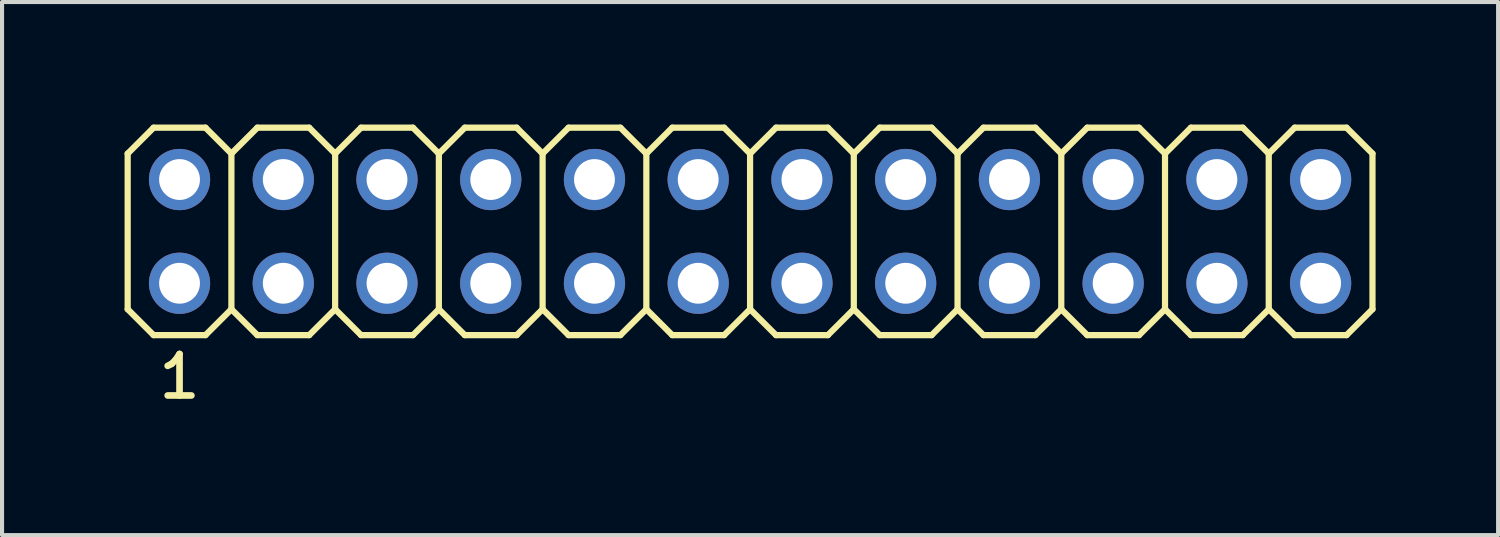
<source format=kicad_pcb>
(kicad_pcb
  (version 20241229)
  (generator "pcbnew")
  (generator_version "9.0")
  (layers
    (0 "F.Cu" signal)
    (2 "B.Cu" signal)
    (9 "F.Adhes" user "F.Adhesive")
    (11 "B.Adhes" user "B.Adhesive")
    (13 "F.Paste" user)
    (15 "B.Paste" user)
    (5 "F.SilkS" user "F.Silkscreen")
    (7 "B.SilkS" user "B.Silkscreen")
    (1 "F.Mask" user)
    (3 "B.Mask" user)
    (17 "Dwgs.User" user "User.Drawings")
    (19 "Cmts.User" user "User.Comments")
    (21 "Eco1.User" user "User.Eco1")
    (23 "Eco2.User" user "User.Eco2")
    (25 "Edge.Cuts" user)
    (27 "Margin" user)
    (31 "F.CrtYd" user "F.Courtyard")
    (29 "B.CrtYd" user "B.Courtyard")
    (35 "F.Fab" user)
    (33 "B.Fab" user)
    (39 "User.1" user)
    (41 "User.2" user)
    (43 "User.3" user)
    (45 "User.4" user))
  (footprint "2X12"
    (layer "F.Cu")
    (at 1.346 3.886)
    (property "Reference" "2X12" (at -0.127 -1.27 90) (layer "Eco1.User") (effects (font (size 0.6 0.6) (thickness 0.1))))
    (attr through_hole)
    (fp_line (start -1.27 -3.175) (end -0.635 -3.81) (stroke (width 0.152) (type solid)) (layer "F.SilkS"))
    (fp_line (start -1.27 0.635) (end -1.27 -3.175) (stroke (width 0.152) (type solid)) (layer "F.SilkS"))
    (fp_line (start -1.27 0.635) (end -0.635 1.27) (stroke (width 0.152) (type solid)) (layer "F.SilkS"))
    (fp_line (start -0.635 -3.81) (end 0.635 -3.81) (stroke (width 0.152) (type solid)) (layer "F.SilkS"))
    (fp_line (start -0.635 1.27) (end 0.635 1.27) (stroke (width 0.152) (type solid)) (layer "F.SilkS"))
    (fp_line (start 0.635 -3.81) (end 1.27 -3.175) (stroke (width 0.152) (type solid)) (layer "F.SilkS"))
    (fp_line (start 0.635 1.27) (end 1.27 0.635) (stroke (width 0.152) (type solid)) (layer "F.SilkS"))
    (fp_line (start 1.27 -3.175) (end 1.27 0.635) (stroke (width 0.152) (type solid)) (layer "F.SilkS"))
    (fp_line (start 1.27 -3.175) (end 1.905 -3.81) (stroke (width 0.152) (type solid)) (layer "F.SilkS"))
    (fp_line (start 1.27 0.635) (end 1.905 1.27) (stroke (width 0.152) (type solid)) (layer "F.SilkS"))
    (fp_line (start 1.905 -3.81) (end 3.175 -3.81) (stroke (width 0.152) (type solid)) (layer "F.SilkS"))
    (fp_line (start 1.905 1.27) (end 3.175 1.27) (stroke (width 0.152) (type solid)) (layer "F.SilkS"))
    (fp_line (start 3.175 -3.81) (end 3.81 -3.175) (stroke (width 0.152) (type solid)) (layer "F.SilkS"))
    (fp_line (start 3.175 1.27) (end 3.81 0.635) (stroke (width 0.152) (type solid)) (layer "F.SilkS"))
    (fp_line (start 3.81 -3.175) (end 3.81 0.635) (stroke (width 0.152) (type solid)) (layer "F.SilkS"))
    (fp_line (start 3.81 -3.175) (end 4.445 -3.81) (stroke (width 0.152) (type solid)) (layer "F.SilkS"))
    (fp_line (start 3.81 0.635) (end 4.445 1.27) (stroke (width 0.152) (type solid)) (layer "F.SilkS"))
    (fp_line (start 4.445 -3.81) (end 5.715 -3.81) (stroke (width 0.152) (type solid)) (layer "F.SilkS"))
    (fp_line (start 4.445 1.27) (end 5.715 1.27) (stroke (width 0.152) (type solid)) (layer "F.SilkS"))
    (fp_line (start 5.715 -3.81) (end 6.35 -3.175) (stroke (width 0.152) (type solid)) (layer "F.SilkS"))
    (fp_line (start 5.715 1.27) (end 6.35 0.635) (stroke (width 0.152) (type solid)) (layer "F.SilkS"))
    (fp_line (start 6.35 -3.175) (end 6.35 0.635) (stroke (width 0.152) (type solid)) (layer "F.SilkS"))
    (fp_line (start 6.35 -3.175) (end 6.985 -3.81) (stroke (width 0.152) (type solid)) (layer "F.SilkS"))
    (fp_line (start 6.35 0.635) (end 6.985 1.27) (stroke (width 0.152) (type solid)) (layer "F.SilkS"))
    (fp_line (start 6.985 -3.81) (end 8.255 -3.81) (stroke (width 0.152) (type solid)) (layer "F.SilkS"))
    (fp_line (start 6.985 1.27) (end 8.255 1.27) (stroke (width 0.152) (type solid)) (layer "F.SilkS"))
    (fp_line (start 8.255 -3.81) (end 8.89 -3.175) (stroke (width 0.152) (type solid)) (layer "F.SilkS"))
    (fp_line (start 8.255 1.27) (end 8.89 0.635) (stroke (width 0.152) (type solid)) (layer "F.SilkS"))
    (fp_line (start 8.89 -3.175) (end 8.89 0.635) (stroke (width 0.152) (type solid)) (layer "F.SilkS"))
    (fp_line (start 8.89 -3.175) (end 9.525 -3.81) (stroke (width 0.152) (type solid)) (layer "F.SilkS"))
    (fp_line (start 8.89 0.635) (end 9.525 1.27) (stroke (width 0.152) (type solid)) (layer "F.SilkS"))
    (fp_line (start 9.525 -3.81) (end 10.795 -3.81) (stroke (width 0.152) (type solid)) (layer "F.SilkS"))
    (fp_line (start 9.525 1.27) (end 10.795 1.27) (stroke (width 0.152) (type solid)) (layer "F.SilkS"))
    (fp_line (start 10.795 -3.81) (end 11.43 -3.175) (stroke (width 0.152) (type solid)) (layer "F.SilkS"))
    (fp_line (start 10.795 1.27) (end 11.43 0.635) (stroke (width 0.152) (type solid)) (layer "F.SilkS"))
    (fp_line (start 11.43 -3.175) (end 11.43 0.635) (stroke (width 0.152) (type solid)) (layer "F.SilkS"))
    (fp_line (start 11.43 -3.175) (end 12.065 -3.81) (stroke (width 0.152) (type solid)) (layer "F.SilkS"))
    (fp_line (start 11.43 0.635) (end 12.065 1.27) (stroke (width 0.152) (type solid)) (layer "F.SilkS"))
    (fp_line (start 12.065 -3.81) (end 13.335 -3.81) (stroke (width 0.152) (type solid)) (layer "F.SilkS"))
    (fp_line (start 12.065 1.27) (end 13.335 1.27) (stroke (width 0.152) (type solid)) (layer "F.SilkS"))
    (fp_line (start 13.335 -3.81) (end 13.97 -3.175) (stroke (width 0.152) (type solid)) (layer "F.SilkS"))
    (fp_line (start 13.335 1.27) (end 13.97 0.635) (stroke (width 0.152) (type solid)) (layer "F.SilkS"))
    (fp_line (start 13.97 -3.175) (end 13.97 0.635) (stroke (width 0.152) (type solid)) (layer "F.SilkS"))
    (fp_line (start 13.97 -3.175) (end 14.605 -3.81) (stroke (width 0.152) (type solid)) (layer "F.SilkS"))
    (fp_line (start 13.97 0.635) (end 14.605 1.27) (stroke (width 0.152) (type solid)) (layer "F.SilkS"))
    (fp_line (start 14.605 -3.81) (end 15.875 -3.81) (stroke (width 0.152) (type solid)) (layer "F.SilkS"))
    (fp_line (start 14.605 1.27) (end 15.875 1.27) (stroke (width 0.152) (type solid)) (layer "F.SilkS"))
    (fp_line (start 15.875 -3.81) (end 16.51 -3.175) (stroke (width 0.152) (type solid)) (layer "F.SilkS"))
    (fp_line (start 16.51 -3.175) (end 16.51 0.635) (stroke (width 0.152) (type solid)) (layer "F.SilkS"))
    (fp_line (start 16.51 -3.175) (end 17.145 -3.81) (stroke (width 0.152) (type solid)) (layer "F.SilkS"))
    (fp_line (start 16.51 0.635) (end 15.875 1.27) (stroke (width 0.152) (type solid)) (layer "F.SilkS"))
    (fp_line (start 16.51 0.635) (end 17.145 1.27) (stroke (width 0.152) (type solid)) (layer "F.SilkS"))
    (fp_line (start 17.145 -3.81) (end 18.415 -3.81) (stroke (width 0.152) (type solid)) (layer "F.SilkS"))
    (fp_line (start 17.145 1.27) (end 18.415 1.27) (stroke (width 0.152) (type solid)) (layer "F.SilkS"))
    (fp_line (start 18.415 -3.81) (end 19.05 -3.175) (stroke (width 0.152) (type solid)) (layer "F.SilkS"))
    (fp_line (start 19.05 -3.175) (end 19.05 0.635) (stroke (width 0.152) (type solid)) (layer "F.SilkS"))
    (fp_line (start 19.05 -3.175) (end 19.685 -3.81) (stroke (width 0.152) (type solid)) (layer "F.SilkS"))
    (fp_line (start 19.05 0.635) (end 18.415 1.27) (stroke (width 0.152) (type solid)) (layer "F.SilkS"))
    (fp_line (start 19.685 -3.81) (end 20.955 -3.81) (stroke (width 0.152) (type solid)) (layer "F.SilkS"))
    (fp_line (start 19.685 1.27) (end 19.05 0.635) (stroke (width 0.152) (type solid)) (layer "F.SilkS"))
    (fp_line (start 20.955 -3.81) (end 21.59 -3.175) (stroke (width 0.152) (type solid)) (layer "F.SilkS"))
    (fp_line (start 20.955 1.27) (end 19.685 1.27) (stroke (width 0.152) (type solid)) (layer "F.SilkS"))
    (fp_line (start 21.59 -3.175) (end 22.225 -3.81) (stroke (width 0.152) (type solid)) (layer "F.SilkS"))
    (fp_line (start 21.59 0.635) (end 20.955 1.27) (stroke (width 0.152) (type solid)) (layer "F.SilkS"))
    (fp_line (start 21.59 0.635) (end 21.59 -3.175) (stroke (width 0.152) (type solid)) (layer "F.SilkS"))
    (fp_line (start 22.225 -3.81) (end 23.495 -3.81) (stroke (width 0.152) (type solid)) (layer "F.SilkS"))
    (fp_line (start 22.225 1.27) (end 21.59 0.635) (stroke (width 0.152) (type solid)) (layer "F.SilkS"))
    (fp_line (start 23.495 -3.81) (end 24.13 -3.175) (stroke (width 0.152) (type solid)) (layer "F.SilkS"))
    (fp_line (start 23.495 1.27) (end 22.225 1.27) (stroke (width 0.152) (type solid)) (layer "F.SilkS"))
    (fp_line (start 24.13 -3.175) (end 24.13 0.635) (stroke (width 0.152) (type solid)) (layer "F.SilkS"))
    (fp_line (start 24.13 -3.175) (end 24.765 -3.81) (stroke (width 0.152) (type solid)) (layer "F.SilkS"))
    (fp_line (start 24.13 0.635) (end 23.495 1.27) (stroke (width 0.152) (type solid)) (layer "F.SilkS"))
    (fp_line (start 24.765 -3.81) (end 26.035 -3.81) (stroke (width 0.152) (type solid)) (layer "F.SilkS"))
    (fp_line (start 24.765 1.27) (end 24.13 0.635) (stroke (width 0.152) (type solid)) (layer "F.SilkS"))
    (fp_line (start 26.035 -3.81) (end 26.67 -3.175) (stroke (width 0.152) (type solid)) (layer "F.SilkS"))
    (fp_line (start 26.035 1.27) (end 24.765 1.27) (stroke (width 0.152) (type solid)) (layer "F.SilkS"))
    (fp_line (start 26.67 -3.175) (end 26.67 0.635) (stroke (width 0.152) (type solid)) (layer "F.SilkS"))
    (fp_line (start 26.67 -3.175) (end 27.305 -3.81) (stroke (width 0.152) (type solid)) (layer "F.SilkS"))
    (fp_line (start 26.67 0.635) (end 26.035 1.27) (stroke (width 0.152) (type solid)) (layer "F.SilkS"))
    (fp_line (start 27.305 -3.81) (end 28.575 -3.81) (stroke (width 0.152) (type solid)) (layer "F.SilkS"))
    (fp_line (start 27.305 1.27) (end 26.67 0.635) (stroke (width 0.152) (type solid)) (layer "F.SilkS"))
    (fp_line (start 28.575 -3.81) (end 29.21 -3.175) (stroke (width 0.152) (type solid)) (layer "F.SilkS"))
    (fp_line (start 28.575 1.27) (end 27.305 1.27) (stroke (width 0.152) (type solid)) (layer "F.SilkS"))
    (fp_line (start 29.21 -3.175) (end 29.21 0.635) (stroke (width 0.152) (type solid)) (layer "F.SilkS"))
    (fp_line (start 29.21 0.635) (end 28.575 1.27) (stroke (width 0.152) (type solid)) (layer "F.SilkS"))
    (fp_text user "1" (at 0 2.286 0) (layer "F.SilkS") (effects (font (size 1.016 1.016) (thickness 0.163))))
    (pad "1" thru_hole oval (at 0 0) (size 1.5 1.5) (drill 1) (layers "*.Cu" "*.Mask"))
    (pad "2" thru_hole oval (at 0 -2.54) (size 1.5 1.5) (drill 1) (layers "*.Cu" "*.Mask"))
    (pad "3" thru_hole oval (at 2.54 0) (size 1.5 1.5) (drill 1) (layers "*.Cu" "*.Mask"))
    (pad "4" thru_hole oval (at 2.54 -2.54) (size 1.5 1.5) (drill 1) (layers "*.Cu" "*.Mask"))
    (pad "5" thru_hole oval (at 5.08 0) (size 1.5 1.5) (drill 1) (layers "*.Cu" "*.Mask"))
    (pad "6" thru_hole oval (at 5.08 -2.54) (size 1.5 1.5) (drill 1) (layers "*.Cu" "*.Mask"))
    (pad "7" thru_hole oval (at 7.62 0) (size 1.5 1.5) (drill 1) (layers "*.Cu" "*.Mask"))
    (pad "8" thru_hole oval (at 7.62 -2.54) (size 1.5 1.5) (drill 1) (layers "*.Cu" "*.Mask"))
    (pad "9" thru_hole oval (at 10.16 0) (size 1.5 1.5) (drill 1) (layers "*.Cu" "*.Mask"))
    (pad "10" thru_hole oval (at 10.16 -2.54) (size 1.5 1.5) (drill 1) (layers "*.Cu" "*.Mask"))
    (pad "11" thru_hole oval (at 12.7 0) (size 1.5 1.5) (drill 1) (layers "*.Cu" "*.Mask"))
    (pad "12" thru_hole oval (at 12.7 -2.54) (size 1.5 1.5) (drill 1) (layers "*.Cu" "*.Mask"))
    (pad "13" thru_hole oval (at 15.24 0) (size 1.5 1.5) (drill 1) (layers "*.Cu" "*.Mask"))
    (pad "14" thru_hole oval (at 15.24 -2.54) (size 1.5 1.5) (drill 1) (layers "*.Cu" "*.Mask"))
    (pad "15" thru_hole oval (at 17.78 0) (size 1.5 1.5) (drill 1) (layers "*.Cu" "*.Mask"))
    (pad "16" thru_hole oval (at 17.78 -2.54) (size 1.5 1.5) (drill 1) (layers "*.Cu" "*.Mask"))
    (pad "17" thru_hole oval (at 20.32 0) (size 1.5 1.5) (drill 1) (layers "*.Cu" "*.Mask"))
    (pad "18" thru_hole oval (at 20.32 -2.54) (size 1.5 1.5) (drill 1) (layers "*.Cu" "*.Mask"))
    (pad "19" thru_hole oval (at 22.86 0) (size 1.5 1.5) (drill 1) (layers "*.Cu" "*.Mask"))
    (pad "20" thru_hole oval (at 22.86 -2.54) (size 1.5 1.5) (drill 1) (layers "*.Cu" "*.Mask"))
    (pad "21" thru_hole oval (at 25.4 0) (size 1.5 1.5) (drill 1) (layers "*.Cu" "*.Mask"))
    (pad "22" thru_hole oval (at 25.4 -2.54) (size 1.5 1.5) (drill 1) (layers "*.Cu" "*.Mask"))
    (pad "23" thru_hole oval (at 27.94 0) (size 1.5 1.5) (drill 1) (layers "*.Cu" "*.Mask"))
    (pad "24" thru_hole oval (at 27.94 -2.54) (size 1.5 1.5) (drill 1) (layers "*.Cu" "*.Mask")))
  (gr_rect
    (start -3 -3)
    (end 33.632 10.052)
    (stroke (width 0.1) (type default))
    (fill no)
    (layer "Edge.Cuts")))
</source>
